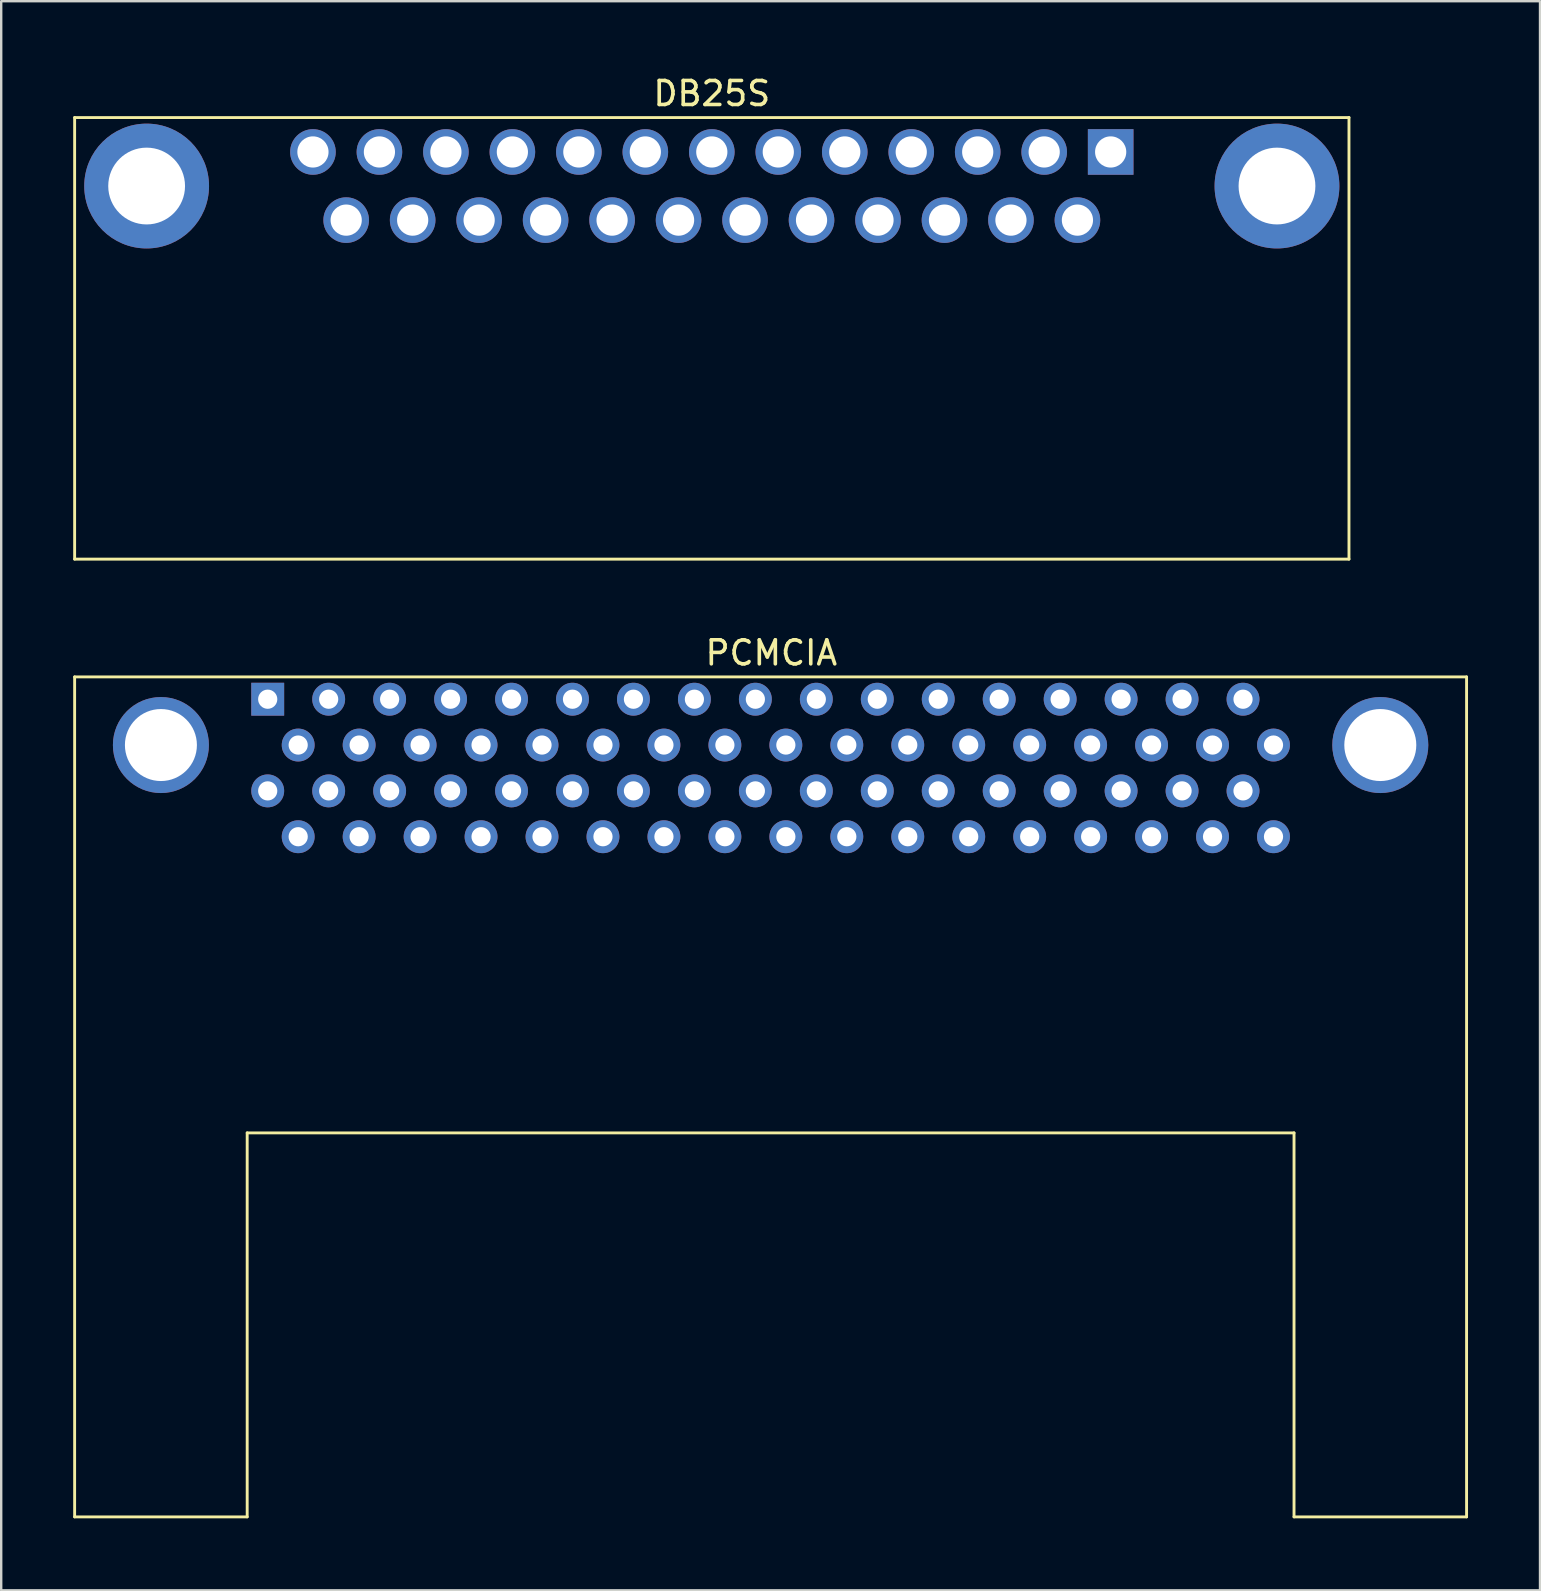
<source format=kicad_pcb>
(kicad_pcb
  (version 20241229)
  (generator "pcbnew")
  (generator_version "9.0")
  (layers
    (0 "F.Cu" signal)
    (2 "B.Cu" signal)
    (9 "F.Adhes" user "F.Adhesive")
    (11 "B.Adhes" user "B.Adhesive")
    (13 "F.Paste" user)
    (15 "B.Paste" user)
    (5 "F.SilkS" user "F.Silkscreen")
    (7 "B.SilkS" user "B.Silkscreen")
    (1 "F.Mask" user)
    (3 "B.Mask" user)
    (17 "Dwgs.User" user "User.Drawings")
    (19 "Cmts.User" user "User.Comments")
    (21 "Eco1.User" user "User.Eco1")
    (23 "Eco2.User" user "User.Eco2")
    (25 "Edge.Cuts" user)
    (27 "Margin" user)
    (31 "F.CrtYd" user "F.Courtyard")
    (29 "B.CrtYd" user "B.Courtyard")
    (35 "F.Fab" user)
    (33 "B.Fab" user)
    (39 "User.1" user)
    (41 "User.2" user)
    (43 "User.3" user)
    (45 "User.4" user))
  (footprint "DB25S"
    (layer "F.Cu")
    (at 43.23 3.282)
    (property "Reference" "DB25S" (at -16.62 -2.434 0) (layer "F.SilkS") (effects (font (size 1 1) (thickness 0.15))))
    (attr through_hole)
    (fp_line (start -43.17 -1.434) (end 9.93 -1.434) (stroke (width 0.12) (type solid)) (layer "F.SilkS"))
    (fp_line (start -43.17 16.966) (end -43.17 -1.434) (stroke (width 0.12) (type solid)) (layer "F.SilkS"))
    (fp_line (start 9.93 -1.434) (end 9.93 16.966) (stroke (width 0.12) (type solid)) (layer "F.SilkS"))
    (fp_line (start 9.93 16.966) (end -43.17 16.966) (stroke (width 0.12) (type solid)) (layer "F.SilkS"))
    (pad "0" thru_hole circle (at -40.17 1.42) (size 5.2 5.2) (drill 3.2) (layers "*.Cu" "*.Mask"))
    (pad "0" thru_hole circle (at 6.93 1.42) (size 5.2 5.2) (drill 3.2) (layers "*.Cu" "*.Mask"))
    (pad "1" thru_hole rect (at 0 0) (size 1.9 1.9) (drill 1.3) (layers "*.Cu" "*.Mask"))
    (pad "2" thru_hole circle (at -2.77 0) (size 1.9 1.9) (drill 1.3) (layers "*.Cu" "*.Mask"))
    (pad "3" thru_hole circle (at -5.54 0) (size 1.9 1.9) (drill 1.3) (layers "*.Cu" "*.Mask"))
    (pad "4" thru_hole circle (at -8.31 0) (size 1.9 1.9) (drill 1.3) (layers "*.Cu" "*.Mask"))
    (pad "5" thru_hole circle (at -11.08 0) (size 1.9 1.9) (drill 1.3) (layers "*.Cu" "*.Mask"))
    (pad "6" thru_hole circle (at -13.85 0) (size 1.9 1.9) (drill 1.3) (layers "*.Cu" "*.Mask"))
    (pad "7" thru_hole circle (at -16.62 0) (size 1.9 1.9) (drill 1.3) (layers "*.Cu" "*.Mask"))
    (pad "8" thru_hole circle (at -19.39 0) (size 1.9 1.9) (drill 1.3) (layers "*.Cu" "*.Mask"))
    (pad "9" thru_hole circle (at -22.16 0) (size 1.9 1.9) (drill 1.3) (layers "*.Cu" "*.Mask"))
    (pad "10" thru_hole circle (at -24.93 0) (size 1.9 1.9) (drill 1.3) (layers "*.Cu" "*.Mask"))
    (pad "11" thru_hole circle (at -27.7 0) (size 1.9 1.9) (drill 1.3) (layers "*.Cu" "*.Mask"))
    (pad "12" thru_hole circle (at -30.47 0) (size 1.9 1.9) (drill 1.3) (layers "*.Cu" "*.Mask"))
    (pad "13" thru_hole circle (at -33.24 0) (size 1.9 1.9) (drill 1.3) (layers "*.Cu" "*.Mask"))
    (pad "14" thru_hole circle (at -1.385 2.84) (size 1.9 1.9) (drill 1.3) (layers "*.Cu" "*.Mask"))
    (pad "15" thru_hole circle (at -4.155 2.84) (size 1.9 1.9) (drill 1.3) (layers "*.Cu" "*.Mask"))
    (pad "16" thru_hole circle (at -6.925 2.84) (size 1.9 1.9) (drill 1.3) (layers "*.Cu" "*.Mask"))
    (pad "17" thru_hole circle (at -9.695 2.84) (size 1.9 1.9) (drill 1.3) (layers "*.Cu" "*.Mask"))
    (pad "18" thru_hole circle (at -12.465 2.84) (size 1.9 1.9) (drill 1.3) (layers "*.Cu" "*.Mask"))
    (pad "19" thru_hole circle (at -15.235 2.84) (size 1.9 1.9) (drill 1.3) (layers "*.Cu" "*.Mask"))
    (pad "20" thru_hole circle (at -18.005 2.84) (size 1.9 1.9) (drill 1.3) (layers "*.Cu" "*.Mask"))
    (pad "21" thru_hole circle (at -20.775 2.84) (size 1.9 1.9) (drill 1.3) (layers "*.Cu" "*.Mask"))
    (pad "22" thru_hole circle (at -23.545 2.84) (size 1.9 1.9) (drill 1.3) (layers "*.Cu" "*.Mask"))
    (pad "23" thru_hole circle (at -26.315 2.84) (size 1.9 1.9) (drill 1.3) (layers "*.Cu" "*.Mask"))
    (pad "24" thru_hole circle (at -29.085 2.84) (size 1.9 1.9) (drill 1.3) (layers "*.Cu" "*.Mask"))
    (pad "25" thru_hole circle (at -31.855 2.84) (size 1.9 1.9) (drill 1.3) (layers "*.Cu" "*.Mask")))
  (footprint "PCMCIA"
    (layer "F.Cu")
    (at 8.105 26.085)
    (property "Reference" "PCMCIA" (at 20.985 -1.929 0) (layer "F.SilkS") (effects (font (size 1 1) (thickness 0.15))))
    (attr through_hole)
    (fp_line (start -8.045 -0.929) (end 49.955 -0.929) (stroke (width 0.12) (type solid)) (layer "F.SilkS"))
    (fp_line (start -8.045 34.071) (end -8.045 -0.929) (stroke (width 0.12) (type solid)) (layer "F.SilkS"))
    (fp_line (start -0.855 18.071) (end -0.855 34.071) (stroke (width 0.12) (type solid)) (layer "F.SilkS"))
    (fp_line (start -0.855 34.071) (end -8.045 34.071) (stroke (width 0.12) (type solid)) (layer "F.SilkS"))
    (fp_line (start 42.765 18.071) (end -0.855 18.071) (stroke (width 0.12) (type solid)) (layer "F.SilkS"))
    (fp_line (start 42.765 34.071) (end 42.765 18.071) (stroke (width 0.12) (type solid)) (layer "F.SilkS"))
    (fp_line (start 49.955 -0.929) (end 49.955 34.071) (stroke (width 0.12) (type solid)) (layer "F.SilkS"))
    (fp_line (start 49.955 34.071) (end 42.765 34.071) (stroke (width 0.12) (type solid)) (layer "F.SilkS"))
    (pad "0" thru_hole circle (at -4.45 1.91) (size 4 4) (drill 3) (layers "*.Cu" "*.Mask"))
    (pad "0" thru_hole circle (at 46.36 1.91) (size 4 4) (drill 3) (layers "*.Cu" "*.Mask"))
    (pad "1" thru_hole rect (at 0 0) (size 1.37 1.37) (drill 0.8) (layers "*.Cu" "*.Mask"))
    (pad "2" thru_hole circle (at 1.27 1.91) (size 1.37 1.37) (drill 0.8) (layers "*.Cu" "*.Mask"))
    (pad "3" thru_hole circle (at 2.54 0) (size 1.37 1.37) (drill 0.8) (layers "*.Cu" "*.Mask"))
    (pad "4" thru_hole circle (at 3.81 1.91) (size 1.37 1.37) (drill 0.8) (layers "*.Cu" "*.Mask"))
    (pad "5" thru_hole circle (at 5.08 0) (size 1.37 1.37) (drill 0.8) (layers "*.Cu" "*.Mask"))
    (pad "6" thru_hole circle (at 6.35 1.91) (size 1.37 1.37) (drill 0.8) (layers "*.Cu" "*.Mask"))
    (pad "7" thru_hole circle (at 7.62 0) (size 1.37 1.37) (drill 0.8) (layers "*.Cu" "*.Mask"))
    (pad "8" thru_hole circle (at 8.89 1.91) (size 1.37 1.37) (drill 0.8) (layers "*.Cu" "*.Mask"))
    (pad "9" thru_hole circle (at 10.16 0) (size 1.37 1.37) (drill 0.8) (layers "*.Cu" "*.Mask"))
    (pad "10" thru_hole circle (at 11.43 1.91) (size 1.37 1.37) (drill 0.8) (layers "*.Cu" "*.Mask"))
    (pad "11" thru_hole circle (at 12.7 0) (size 1.37 1.37) (drill 0.8) (layers "*.Cu" "*.Mask"))
    (pad "12" thru_hole circle (at 13.97 1.91) (size 1.37 1.37) (drill 0.8) (layers "*.Cu" "*.Mask"))
    (pad "13" thru_hole circle (at 15.24 0) (size 1.37 1.37) (drill 0.8) (layers "*.Cu" "*.Mask"))
    (pad "14" thru_hole circle (at 16.51 1.91) (size 1.37 1.37) (drill 0.8) (layers "*.Cu" "*.Mask"))
    (pad "15" thru_hole circle (at 17.78 0) (size 1.37 1.37) (drill 0.8) (layers "*.Cu" "*.Mask"))
    (pad "16" thru_hole circle (at 19.05 1.91) (size 1.37 1.37) (drill 0.8) (layers "*.Cu" "*.Mask"))
    (pad "17" thru_hole circle (at 20.32 0) (size 1.37 1.37) (drill 0.8) (layers "*.Cu" "*.Mask"))
    (pad "18" thru_hole circle (at 21.59 1.91) (size 1.37 1.37) (drill 0.8) (layers "*.Cu" "*.Mask"))
    (pad "19" thru_hole circle (at 22.86 0) (size 1.37 1.37) (drill 0.8) (layers "*.Cu" "*.Mask"))
    (pad "20" thru_hole circle (at 24.13 1.91) (size 1.37 1.37) (drill 0.8) (layers "*.Cu" "*.Mask"))
    (pad "21" thru_hole circle (at 25.4 0) (size 1.37 1.37) (drill 0.8) (layers "*.Cu" "*.Mask"))
    (pad "22" thru_hole circle (at 26.67 1.91) (size 1.37 1.37) (drill 0.8) (layers "*.Cu" "*.Mask"))
    (pad "23" thru_hole circle (at 27.94 0) (size 1.37 1.37) (drill 0.8) (layers "*.Cu" "*.Mask"))
    (pad "24" thru_hole circle (at 29.21 1.91) (size 1.37 1.37) (drill 0.8) (layers "*.Cu" "*.Mask"))
    (pad "25" thru_hole circle (at 30.48 0) (size 1.37 1.37) (drill 0.8) (layers "*.Cu" "*.Mask"))
    (pad "26" thru_hole circle (at 31.75 1.91) (size 1.37 1.37) (drill 0.8) (layers "*.Cu" "*.Mask"))
    (pad "27" thru_hole circle (at 33.02 0) (size 1.37 1.37) (drill 0.8) (layers "*.Cu" "*.Mask"))
    (pad "28" thru_hole circle (at 34.29 1.91) (size 1.37 1.37) (drill 0.8) (layers "*.Cu" "*.Mask"))
    (pad "29" thru_hole circle (at 35.56 0) (size 1.37 1.37) (drill 0.8) (layers "*.Cu" "*.Mask"))
    (pad "30" thru_hole circle (at 36.83 1.91) (size 1.37 1.37) (drill 0.8) (layers "*.Cu" "*.Mask"))
    (pad "31" thru_hole circle (at 38.1 0) (size 1.37 1.37) (drill 0.8) (layers "*.Cu" "*.Mask"))
    (pad "32" thru_hole circle (at 39.37 1.91) (size 1.37 1.37) (drill 0.8) (layers "*.Cu" "*.Mask"))
    (pad "33" thru_hole circle (at 40.64 0) (size 1.37 1.37) (drill 0.8) (layers "*.Cu" "*.Mask"))
    (pad "34" thru_hole circle (at 41.91 1.91) (size 1.37 1.37) (drill 0.8) (layers "*.Cu" "*.Mask"))
    (pad "35" thru_hole circle (at 0 3.82) (size 1.37 1.37) (drill 0.8) (layers "*.Cu" "*.Mask"))
    (pad "36" thru_hole circle (at 1.27 5.73) (size 1.37 1.37) (drill 0.8) (layers "*.Cu" "*.Mask"))
    (pad "37" thru_hole circle (at 2.54 3.82) (size 1.37 1.37) (drill 0.8) (layers "*.Cu" "*.Mask"))
    (pad "38" thru_hole circle (at 3.81 5.73) (size 1.37 1.37) (drill 0.8) (layers "*.Cu" "*.Mask"))
    (pad "39" thru_hole circle (at 5.08 3.82) (size 1.37 1.37) (drill 0.8) (layers "*.Cu" "*.Mask"))
    (pad "40" thru_hole circle (at 6.35 5.73) (size 1.37 1.37) (drill 0.8) (layers "*.Cu" "*.Mask"))
    (pad "41" thru_hole circle (at 7.62 3.82) (size 1.37 1.37) (drill 0.8) (layers "*.Cu" "*.Mask"))
    (pad "42" thru_hole circle (at 8.89 5.73) (size 1.37 1.37) (drill 0.8) (layers "*.Cu" "*.Mask"))
    (pad "43" thru_hole circle (at 10.16 3.82) (size 1.37 1.37) (drill 0.8) (layers "*.Cu" "*.Mask"))
    (pad "44" thru_hole circle (at 11.43 5.73) (size 1.37 1.37) (drill 0.8) (layers "*.Cu" "*.Mask"))
    (pad "45" thru_hole circle (at 12.7 3.82) (size 1.37 1.37) (drill 0.8) (layers "*.Cu" "*.Mask"))
    (pad "46" thru_hole circle (at 13.97 5.73) (size 1.37 1.37) (drill 0.8) (layers "*.Cu" "*.Mask"))
    (pad "47" thru_hole circle (at 15.24 3.82) (size 1.37 1.37) (drill 0.8) (layers "*.Cu" "*.Mask"))
    (pad "48" thru_hole circle (at 16.51 5.73) (size 1.37 1.37) (drill 0.8) (layers "*.Cu" "*.Mask"))
    (pad "49" thru_hole circle (at 17.78 3.82) (size 1.37 1.37) (drill 0.8) (layers "*.Cu" "*.Mask"))
    (pad "50" thru_hole circle (at 19.05 5.73) (size 1.37 1.37) (drill 0.8) (layers "*.Cu" "*.Mask"))
    (pad "51" thru_hole circle (at 20.32 3.82) (size 1.37 1.37) (drill 0.8) (layers "*.Cu" "*.Mask"))
    (pad "52" thru_hole circle (at 21.59 5.73) (size 1.37 1.37) (drill 0.8) (layers "*.Cu" "*.Mask"))
    (pad "53" thru_hole circle (at 22.86 3.82) (size 1.37 1.37) (drill 0.8) (layers "*.Cu" "*.Mask"))
    (pad "54" thru_hole circle (at 24.13 5.73) (size 1.37 1.37) (drill 0.8) (layers "*.Cu" "*.Mask"))
    (pad "55" thru_hole circle (at 25.4 3.82) (size 1.37 1.37) (drill 0.8) (layers "*.Cu" "*.Mask"))
    (pad "56" thru_hole circle (at 26.67 5.73) (size 1.37 1.37) (drill 0.8) (layers "*.Cu" "*.Mask"))
    (pad "57" thru_hole circle (at 27.94 3.82) (size 1.37 1.37) (drill 0.8) (layers "*.Cu" "*.Mask"))
    (pad "58" thru_hole circle (at 29.21 5.73) (size 1.37 1.37) (drill 0.8) (layers "*.Cu" "*.Mask"))
    (pad "59" thru_hole circle (at 30.48 3.82) (size 1.37 1.37) (drill 0.8) (layers "*.Cu" "*.Mask"))
    (pad "60" thru_hole circle (at 31.75 5.73) (size 1.37 1.37) (drill 0.8) (layers "*.Cu" "*.Mask"))
    (pad "61" thru_hole circle (at 33.02 3.82) (size 1.37 1.37) (drill 0.8) (layers "*.Cu" "*.Mask"))
    (pad "62" thru_hole circle (at 34.29 5.73) (size 1.37 1.37) (drill 0.8) (layers "*.Cu" "*.Mask"))
    (pad "63" thru_hole circle (at 35.56 3.82) (size 1.37 1.37) (drill 0.8) (layers "*.Cu" "*.Mask"))
    (pad "64" thru_hole circle (at 36.83 5.73) (size 1.37 1.37) (drill 0.8) (layers "*.Cu" "*.Mask"))
    (pad "65" thru_hole circle (at 38.1 3.82) (size 1.37 1.37) (drill 0.8) (layers "*.Cu" "*.Mask"))
    (pad "66" thru_hole circle (at 39.37 5.73) (size 1.37 1.37) (drill 0.8) (layers "*.Cu" "*.Mask"))
    (pad "67" thru_hole circle (at 40.64 3.82) (size 1.37 1.37) (drill 0.8) (layers "*.Cu" "*.Mask"))
    (pad "68" thru_hole circle (at 41.91 5.73) (size 1.37 1.37) (drill 0.8) (layers "*.Cu" "*.Mask")))
  (gr_rect
    (start -3 -3)
    (end 61.12 63.217)
    (stroke (width 0.1) (type default))
    (fill no)
    (layer "Edge.Cuts")))
</source>
